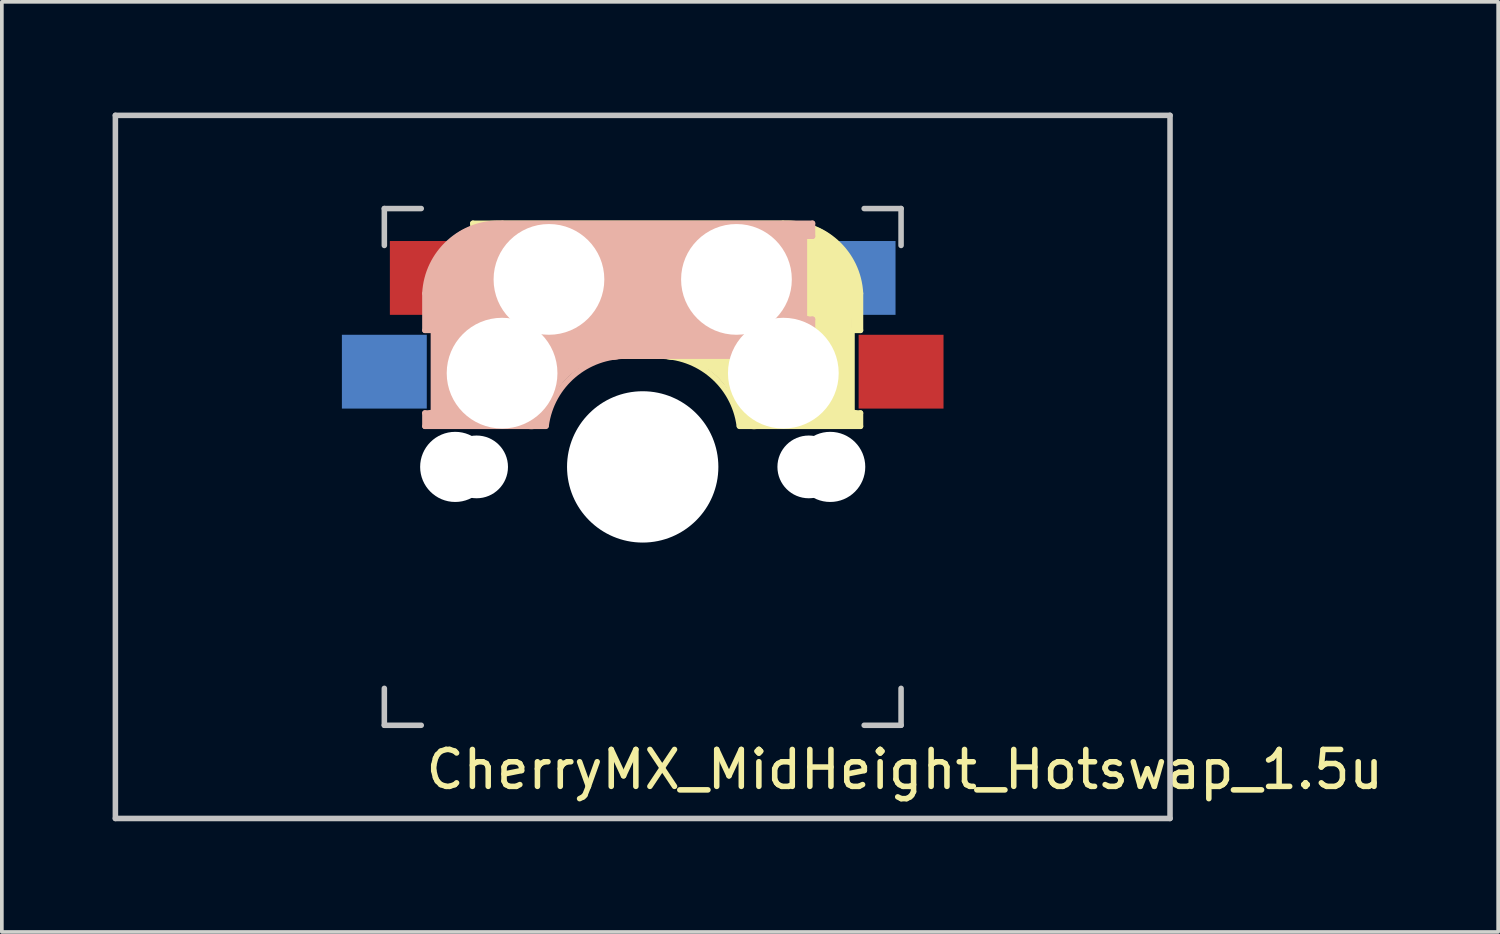
<source format=kicad_pcb>
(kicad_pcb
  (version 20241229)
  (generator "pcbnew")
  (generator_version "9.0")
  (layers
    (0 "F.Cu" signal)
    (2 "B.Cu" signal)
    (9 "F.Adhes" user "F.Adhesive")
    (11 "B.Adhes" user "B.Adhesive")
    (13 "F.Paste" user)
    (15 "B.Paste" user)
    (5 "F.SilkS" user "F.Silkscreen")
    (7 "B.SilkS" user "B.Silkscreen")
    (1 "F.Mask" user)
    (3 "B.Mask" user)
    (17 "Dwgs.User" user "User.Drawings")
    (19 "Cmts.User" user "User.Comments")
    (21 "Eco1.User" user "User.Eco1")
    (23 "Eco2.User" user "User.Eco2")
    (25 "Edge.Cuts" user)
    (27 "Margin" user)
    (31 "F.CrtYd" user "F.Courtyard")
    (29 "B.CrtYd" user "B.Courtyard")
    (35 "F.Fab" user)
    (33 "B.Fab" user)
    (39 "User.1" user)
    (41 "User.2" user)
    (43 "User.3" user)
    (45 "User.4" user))
  (footprint "CherryMX_MidHeight_Hotswap_1.5u"
    (layer "F.Cu")
    (at 14.363 9.6)
    (property "Reference" "CherryMX_MidHeight_Hotswap_1.5u" (at 7.1 8.2 0) (layer "F.SilkS") (effects (font (size 1 1) (thickness 0.15))))
    (attr through_hole)
    (fp_line (start -4.6 -6.6) (end 3.8 -6.6) (stroke (width 0.15) (type solid)) (layer "F.SilkS"))
    (fp_line (start -4.6 -6.25) (end -4.6 -6.6) (stroke (width 0.15) (type solid)) (layer "F.SilkS"))
    (fp_line (start -4.6 -4) (end -4.4 -4) (stroke (width 0.15) (type solid)) (layer "F.SilkS"))
    (fp_line (start -4.6 -3) (end -4.6 -4) (stroke (width 0.15) (type solid)) (layer "F.SilkS"))
    (fp_line (start -4.4 -6.4) (end -3 -6.4) (stroke (width 0.4) (type solid)) (layer "F.SilkS"))
    (fp_line (start -4.4 -6.25) (end -4.6 -6.25) (stroke (width 0.15) (type solid)) (layer "F.SilkS"))
    (fp_line (start -4.4 -3.9) (end -4.4 -3.2) (stroke (width 0.4) (type solid)) (layer "F.SilkS"))
    (fp_line (start -4.38 -4) (end -4.38 -6.25) (stroke (width 0.15) (type solid)) (layer "F.SilkS"))
    (fp_line (start -4.3 -3.3) (end -2.9 -3.3) (stroke (width 0.5) (type solid)) (layer "F.SilkS"))
    (fp_line (start -3.9 -6) (end -3.9 -3.5) (stroke (width 1) (type solid)) (layer "F.SilkS"))
    (fp_line (start -2.6 -4.8) (end 4.1 -4.8) (stroke (width 3.5) (type solid)) (layer "F.SilkS"))
    (fp_line (start 0.4 -3) (end -4.6 -3) (stroke (width 0.15) (type solid)) (layer "F.SilkS"))
    (fp_line (start 4.17 -5.1) (end 4.17 -2.86) (stroke (width 3) (type solid)) (layer "F.SilkS"))
    (fp_line (start 5.3 -1.6) (end 5.3 -3.4) (stroke (width 0.8) (type solid)) (layer "F.SilkS"))
    (fp_line (start 5.67 -3.7) (end 5.67 -1.46) (stroke (width 0.15) (type solid)) (layer "F.SilkS"))
    (fp_line (start 5.7 -1.46) (end 5.9 -1.46) (stroke (width 0.15) (type solid)) (layer "F.SilkS"))
    (fp_line (start 5.7 -1.3) (end 3 -1.3) (stroke (width 0.5) (type solid)) (layer "F.SilkS"))
    (fp_line (start 5.8 -3.8) (end 5.8 -4.7) (stroke (width 0.3) (type solid)) (layer "F.SilkS"))
    (fp_line (start 5.9 -4.7) (end 5.9 -3.7) (stroke (width 0.15) (type solid)) (layer "F.SilkS"))
    (fp_line (start 5.9 -3.7) (end 5.7 -3.7) (stroke (width 0.15) (type solid)) (layer "F.SilkS"))
    (fp_line (start 5.9 -1.1) (end 2.62 -1.1) (stroke (width 0.15) (type solid)) (layer "F.SilkS"))
    (fp_line (start 5.9 -1.1) (end 5.9 -1.46) (stroke (width 0.15) (type solid)) (layer "F.SilkS"))
    (fp_arc (start 0.4 -3) (mid 1.868709 -2.486118) (end 2.616318 -1.121471) (stroke (width 0.15) (type solid)) (layer "F.SilkS"))
    (fp_arc (start 0.8 -3.4) (mid 2.268709 -2.886118) (end 3.016318 -1.521471) (stroke (width 1) (type solid)) (layer "F.SilkS"))
    (fp_arc (start 3.8 -6.600001) (mid 5.243504 -6.084925) (end 5.900001 -4.7) (stroke (width 0.15) (type solid)) (layer "F.SilkS"))
    (fp_line (start -5.9 -4.7) (end -5.9 -3.7) (stroke (width 0.15) (type solid)) (layer "B.SilkS"))
    (fp_line (start -5.9 -3.7) (end -5.7 -3.7) (stroke (width 0.15) (type solid)) (layer "B.SilkS"))
    (fp_line (start -5.9 -1.1) (end -5.9 -1.46) (stroke (width 0.15) (type solid)) (layer "B.SilkS"))
    (fp_line (start -5.9 -1.1) (end -2.62 -1.1) (stroke (width 0.15) (type solid)) (layer "B.SilkS"))
    (fp_line (start -5.8 -3.8) (end -5.8 -4.7) (stroke (width 0.3) (type solid)) (layer "B.SilkS"))
    (fp_line (start -5.7 -1.46) (end -5.9 -1.46) (stroke (width 0.15) (type solid)) (layer "B.SilkS"))
    (fp_line (start -5.7 -1.3) (end -3 -1.3) (stroke (width 0.5) (type solid)) (layer "B.SilkS"))
    (fp_line (start -5.67 -3.7) (end -5.67 -1.46) (stroke (width 0.15) (type solid)) (layer "B.SilkS"))
    (fp_line (start -5.3 -1.6) (end -5.3 -3.4) (stroke (width 0.8) (type solid)) (layer "B.SilkS"))
    (fp_line (start -4.17 -5.1) (end -4.17 -2.86) (stroke (width 3) (type solid)) (layer "B.SilkS"))
    (fp_line (start -0.4 -3) (end 4.6 -3) (stroke (width 0.15) (type solid)) (layer "B.SilkS"))
    (fp_line (start 2.6 -4.8) (end -4.1 -4.8) (stroke (width 3.5) (type solid)) (layer "B.SilkS"))
    (fp_line (start 3.9 -6) (end 3.9 -3.5) (stroke (width 1) (type solid)) (layer "B.SilkS"))
    (fp_line (start 4.3 -3.3) (end 2.9 -3.3) (stroke (width 0.5) (type solid)) (layer "B.SilkS"))
    (fp_line (start 4.38 -4) (end 4.38 -6.25) (stroke (width 0.15) (type solid)) (layer "B.SilkS"))
    (fp_line (start 4.4 -6.4) (end 3 -6.4) (stroke (width 0.4) (type solid)) (layer "B.SilkS"))
    (fp_line (start 4.4 -6.25) (end 4.6 -6.25) (stroke (width 0.15) (type solid)) (layer "B.SilkS"))
    (fp_line (start 4.4 -3.9) (end 4.4 -3.2) (stroke (width 0.4) (type solid)) (layer "B.SilkS"))
    (fp_line (start 4.6 -6.6) (end -3.8 -6.6) (stroke (width 0.15) (type solid)) (layer "B.SilkS"))
    (fp_line (start 4.6 -6.25) (end 4.6 -6.6) (stroke (width 0.15) (type solid)) (layer "B.SilkS"))
    (fp_line (start 4.6 -4) (end 4.4 -4) (stroke (width 0.15) (type solid)) (layer "B.SilkS"))
    (fp_line (start 4.6 -3) (end 4.6 -4) (stroke (width 0.15) (type solid)) (layer "B.SilkS"))
    (fp_arc (start -5.9 -4.699999) (mid -5.243504 -6.084924) (end -3.800001 -6.6) (stroke (width 0.15) (type solid)) (layer "B.SilkS"))
    (fp_arc (start -3.016318 -1.521471) (mid -2.268709 -2.886118) (end -0.8 -3.4) (stroke (width 1) (type solid)) (layer "B.SilkS"))
    (fp_arc (start -2.616318 -1.121471) (mid -1.868709 -2.486118) (end -0.4 -3) (stroke (width 0.15) (type solid)) (layer "B.SilkS"))
    (fp_line (start -14.287 -9.525) (end 14.287 -9.525) (stroke (width 0.15) (type solid)) (layer "Dwgs.User"))
    (fp_line (start -14.287 9.525) (end -14.287 -9.525) (stroke (width 0.15) (type solid)) (layer "Dwgs.User"))
    (fp_line (start -7 -7) (end -6 -7) (stroke (width 0.15) (type solid)) (layer "Dwgs.User"))
    (fp_line (start -7 -6) (end -7 -7) (stroke (width 0.15) (type solid)) (layer "Dwgs.User"))
    (fp_line (start -7 6) (end -7 7) (stroke (width 0.15) (type solid)) (layer "Dwgs.User"))
    (fp_line (start -7 7) (end -6 7) (stroke (width 0.15) (type solid)) (layer "Dwgs.User"))
    (fp_line (start 6 7) (end 7 7) (stroke (width 0.15) (type solid)) (layer "Dwgs.User"))
    (fp_line (start 7 -7) (end 6 -7) (stroke (width 0.15) (type solid)) (layer "Dwgs.User"))
    (fp_line (start 7 -7) (end 7 -6) (stroke (width 0.15) (type solid)) (layer "Dwgs.User"))
    (fp_line (start 7 7) (end 7 6) (stroke (width 0.15) (type solid)) (layer "Dwgs.User"))
    (fp_line (start 14.287 -9.525) (end 14.287 9.525) (stroke (width 0.15) (type solid)) (layer "Dwgs.User"))
    (fp_line (start 14.287 9.525) (end -14.287 9.525) (stroke (width 0.15) (type solid)) (layer "Dwgs.User"))
    (pad "" np_thru_hole circle (at -5.08 0) (size 1.9 1.9) (drill 1.9) (layers "*.Cu" "*.Mask"))
    (pad "" np_thru_hole circle (at -4.5 0) (size 1.7 1.7) (drill 1.7) (layers "*.Cu" "*.Mask"))
    (pad "" np_thru_hole circle (at -3.81 -2.54 180) (size 3 3) (drill 3) (layers "*.Cu" "*.Mask"))
    (pad "" np_thru_hole circle (at -2.54 -5.08 180) (size 3 3) (drill 3) (layers "*.Cu" "*.Mask"))
    (pad "" np_thru_hole circle (at 0 0 90) (size 4.1 4.1) (drill 4.1) (layers "*.Cu" "*.Mask"))
    (pad "" np_thru_hole circle (at 2.54 -5.08 180) (size 3 3) (drill 3) (layers "*.Cu" "*.Mask"))
    (pad "" np_thru_hole circle (at 3.81 -2.54 180) (size 3 3) (drill 3) (layers "*.Cu" "*.Mask"))
    (pad "" np_thru_hole circle (at 4.5 0) (size 1.7 1.7) (drill 1.7) (layers "*.Cu" "*.Mask"))
    (pad "" np_thru_hole circle (at 5.08 0) (size 1.9 1.9) (drill 1.9) (layers "*.Cu" "*.Mask"))
    (pad "1" smd rect (at -7 -2.58 180) (size 2.3 2) (layers "B.Cu" "B.Mask" "B.Paste"))
    (pad "1" smd rect (at 7 -2.58 180) (size 2.3 2) (layers "F.Cu" "F.Mask" "F.Paste"))
    (pad "2" smd rect (at -5.7 -5.12 180) (size 2.3 2) (layers "F.Cu" "F.Mask" "F.Paste"))
    (pad "2" smd rect (at 5.7 -5.12 180) (size 2.3 2) (layers "B.Cu" "B.Mask" "B.Paste")))
  (gr_rect
    (start -3 -3)
    (end 37.54 22.2)
    (stroke (width 0.1) (type default))
    (fill no)
    (layer "Edge.Cuts")))
</source>
